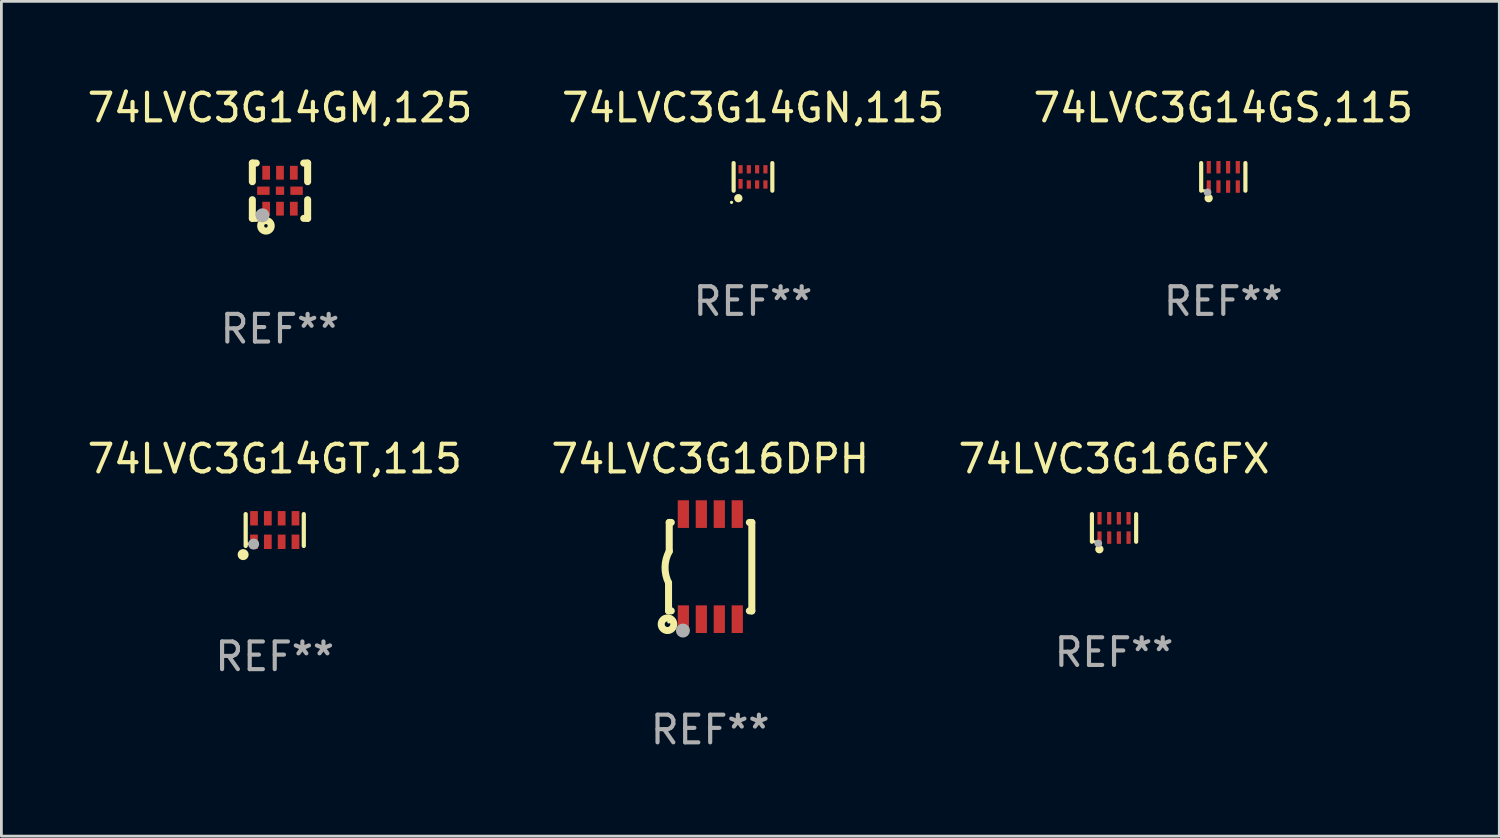
<source format=kicad_pcb>
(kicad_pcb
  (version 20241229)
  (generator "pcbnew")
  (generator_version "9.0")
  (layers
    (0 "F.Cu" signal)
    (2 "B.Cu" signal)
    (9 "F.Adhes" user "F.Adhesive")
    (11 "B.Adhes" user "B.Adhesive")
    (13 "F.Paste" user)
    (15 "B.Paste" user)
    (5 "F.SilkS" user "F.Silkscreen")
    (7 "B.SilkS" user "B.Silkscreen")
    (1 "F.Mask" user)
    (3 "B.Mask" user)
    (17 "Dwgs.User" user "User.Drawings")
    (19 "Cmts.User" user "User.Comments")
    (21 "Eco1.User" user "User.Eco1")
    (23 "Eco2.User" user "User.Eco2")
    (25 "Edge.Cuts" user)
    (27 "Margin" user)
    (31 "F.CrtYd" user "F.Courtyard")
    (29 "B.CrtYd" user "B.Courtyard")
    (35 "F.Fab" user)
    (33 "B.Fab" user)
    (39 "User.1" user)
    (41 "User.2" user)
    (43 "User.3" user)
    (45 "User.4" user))
  (footprint "74LVC3G16GFX"
    (layer "F.Cu")
    (at 37.244 16.045)
    (property "Reference" "74LVC3G16GFX" (at 0 -2.5 0) (layer "F.SilkS") (effects (font (size 1 1) (thickness 0.15))))
    (attr through_hole)
    (fp_line (start -0.8 -0.5) (end -0.8 0.5) (stroke (width 0.15) (type solid)) (layer "F.SilkS"))
    (fp_line (start 0.8 -0.5) (end 0.8 0.5) (stroke (width 0.15) (type solid)) (layer "F.SilkS"))
    (fp_circle (center -0.7 0.5) (end -0.67 0.5) (stroke (width 0.06) (type solid)) (fill no) (layer "F.SilkS"))
    (fp_circle (center -0.53 0.77) (end -0.454 0.77) (stroke (width 0.15) (type solid)) (fill no) (layer "F.SilkS"))
    (fp_circle (center -0.57 0.56) (end -0.5 0.56) (stroke (width 0.14) (type solid)) (fill no) (layer "F.Fab"))
    (fp_text user "REF**" (at 0 4.5 0) (layer "F.Fab") (effects (font (size 1 1) (thickness 0.15))))
    (pad "1" smd rect (at -0.525 0.35) (size 0.15 0.45) (layers "F.Cu" "F.Mask" "F.Paste"))
    (pad "2" smd rect (at -0.175 0.35) (size 0.15 0.45) (layers "F.Cu" "F.Mask" "F.Paste"))
    (pad "3" smd rect (at 0.175 0.35) (size 0.15 0.45) (layers "F.Cu" "F.Mask" "F.Paste"))
    (pad "4" smd rect (at 0.525 0.35) (size 0.15 0.45) (layers "F.Cu" "F.Mask" "F.Paste"))
    (pad "5" smd rect (at 0.525 -0.35) (size 0.15 0.45) (layers "F.Cu" "F.Mask" "F.Paste"))
    (pad "6" smd rect (at 0.175 -0.35) (size 0.15 0.45) (layers "F.Cu" "F.Mask" "F.Paste"))
    (pad "7" smd rect (at -0.175 -0.35) (size 0.15 0.45) (layers "F.Cu" "F.Mask" "F.Paste"))
    (pad "8" smd rect (at -0.525 -0.35) (size 0.15 0.45) (layers "F.Cu" "F.Mask" "F.Paste")))
  (footprint "74LVC3G16DPH"
    (layer "F.Cu")
    (at 22.637 17.445)
    (property "Reference" "74LVC3G16DPH" (at 0 -3.9 0) (layer "F.SilkS") (effects (font (size 1 1) (thickness 0.15))))
    (attr through_hole)
    (fp_line (start -1.506 1.6) (end -1.506 0.584) (stroke (width 0.254) (type solid)) (layer "F.SilkS"))
    (fp_line (start -1.506 1.6) (end -1.407 1.6) (stroke (width 0.254) (type solid)) (layer "F.SilkS"))
    (fp_line (start -1.481 -1.599) (end -1.481 -0.549) (stroke (width 0.254) (type solid)) (layer "F.SilkS"))
    (fp_line (start -1.481 -1.599) (end -1.407 -1.599) (stroke (width 0.254) (type solid)) (layer "F.SilkS"))
    (fp_line (start 1.417 -1.599) (end 1.506 -1.599) (stroke (width 0.254) (type solid)) (layer "F.SilkS"))
    (fp_line (start 1.417 1.6) (end 1.506 1.6) (stroke (width 0.254) (type solid)) (layer "F.SilkS"))
    (fp_line (start 1.506 1.603) (end 1.506 -1.595) (stroke (width 0.254) (type solid)) (layer "F.SilkS"))
    (fp_arc (start -1.506223 0.584328) (mid -1.632455 0.00974) (end -1.480823 -0.558674) (stroke (width 0.254001) (type solid)) (layer "F.SilkS"))
    (fp_circle (center -1.544 2.083) (end -1.443 2.083) (stroke (width 0.254) (type solid)) (fill no) (layer "F.SilkS"))
    (fp_circle (center -1.495 2) (end -1.465 2) (stroke (width 0.06) (type solid)) (fill no) (layer "F.SilkS"))
    (fp_circle (center -0.986 2.312) (end -0.859 2.312) (stroke (width 0.254) (type solid)) (fill no) (layer "F.Fab"))
    (fp_text user "REF**" (at 0 5.9 0) (layer "F.Fab") (effects (font (size 1 1) (thickness 0.15))))
    (pad "1" smd rect (at -0.97 1.9 90) (size 1 0.406) (layers "F.Cu" "F.Mask" "F.Paste"))
    (pad "2" smd rect (at -0.32 1.9 90) (size 1 0.406) (layers "F.Cu" "F.Mask" "F.Paste"))
    (pad "3" smd rect (at 0.33 1.9 90) (size 1 0.406) (layers "F.Cu" "F.Mask" "F.Paste"))
    (pad "4" smd rect (at 0.98 1.9 90) (size 1 0.406) (layers "F.Cu" "F.Mask" "F.Paste"))
    (pad "5" smd rect (at 0.98 -1.9 90) (size 1 0.406) (layers "F.Cu" "F.Mask" "F.Paste"))
    (pad "6" smd rect (at 0.33 -1.9 90) (size 1 0.406) (layers "F.Cu" "F.Mask" "F.Paste"))
    (pad "7" smd rect (at -0.32 -1.9 90) (size 1 0.406) (layers "F.Cu" "F.Mask" "F.Paste"))
    (pad "8" smd rect (at -0.97 -1.9 90) (size 1 0.406) (layers "F.Cu" "F.Mask" "F.Paste")))
  (footprint "74LVC3G14GT,115"
    (layer "F.Cu")
    (at 6.887 16.121)
    (property "Reference" "74LVC3G14GT,115" (at 0 -2.576 0) (layer "F.SilkS") (effects (font (size 1 1) (thickness 0.15))))
    (attr through_hole)
    (fp_line (start -1.051 0.576) (end -1.051 -0.576) (stroke (width 0.152) (type solid)) (layer "F.SilkS"))
    (fp_line (start 1.051 -0.576) (end 1.051 0.576) (stroke (width 0.152) (type solid)) (layer "F.SilkS"))
    (fp_circle (center -1.143 0.889) (end -1.043 0.889) (stroke (width 0.2) (type solid)) (fill no) (layer "F.SilkS"))
    (fp_circle (center -0.975 0.5) (end -0.945 0.5) (stroke (width 0.06) (type solid)) (fill no) (layer "F.SilkS"))
    (fp_circle (center -0.762 0.508) (end -0.662 0.508) (stroke (width 0.2) (type solid)) (fill no) (layer "F.Fab"))
    (fp_text user "REF**" (at 0 4.576 0) (layer "F.Fab") (effects (font (size 1 1) (thickness 0.15))))
    (pad "1" smd rect (at -0.75 0.425) (size 0.28 0.521) (layers "F.Cu" "F.Mask" "F.Paste"))
    (pad "2" smd rect (at -0.25 0.425) (size 0.28 0.521) (layers "F.Cu" "F.Mask" "F.Paste"))
    (pad "3" smd rect (at 0.25 0.425) (size 0.28 0.521) (layers "F.Cu" "F.Mask" "F.Paste"))
    (pad "4" smd rect (at 0.75 0.425) (size 0.28 0.521) (layers "F.Cu" "F.Mask" "F.Paste"))
    (pad "5" smd rect (at 0.75 -0.425) (size 0.28 0.521) (layers "F.Cu" "F.Mask" "F.Paste"))
    (pad "6" smd rect (at 0.25 -0.425) (size 0.28 0.521) (layers "F.Cu" "F.Mask" "F.Paste"))
    (pad "7" smd rect (at -0.25 -0.425) (size 0.28 0.521) (layers "F.Cu" "F.Mask" "F.Paste"))
    (pad "8" smd rect (at -0.75 -0.425) (size 0.28 0.521) (layers "F.Cu" "F.Mask" "F.Paste")))
  (footprint "74LVC3G14GM,125"
    (layer "F.Cu")
    (at 7.077 3.848)
    (property "Reference" "74LVC3G14GM,125" (at 0 -3 0) (layer "F.SilkS") (effects (font (size 1 1) (thickness 0.15))))
    (attr through_hole)
    (fp_line (start -1 -1) (end -0.858 -1) (stroke (width 0.254) (type solid)) (layer "F.SilkS"))
    (fp_line (start -1 -0.325) (end -1 -1) (stroke (width 0.254) (type solid)) (layer "F.SilkS"))
    (fp_line (start -1 1) (end -1 0.325) (stroke (width 0.254) (type solid)) (layer "F.SilkS"))
    (fp_line (start -0.858 1) (end -1 1) (stroke (width 0.254) (type solid)) (layer "F.SilkS"))
    (fp_line (start 0.858 -1) (end 1 -1) (stroke (width 0.254) (type solid)) (layer "F.SilkS"))
    (fp_line (start 1 -1) (end 1 -0.325) (stroke (width 0.254) (type solid)) (layer "F.SilkS"))
    (fp_line (start 1 0.325) (end 1 1) (stroke (width 0.254) (type solid)) (layer "F.SilkS"))
    (fp_line (start 1 1) (end 0.858 1) (stroke (width 0.254) (type solid)) (layer "F.SilkS"))
    (fp_circle (center -0.8 0.8) (end -0.77 0.8) (stroke (width 0.06) (type solid)) (fill no) (layer "F.SilkS"))
    (fp_circle (center -0.508 1.27) (end -0.444 1.27) (stroke (width 0.254) (type solid)) (fill no) (layer "F.SilkS"))
    (fp_circle (center -0.635 0.889) (end -0.508 0.889) (stroke (width 0.254) (type solid)) (fill no) (layer "F.Fab"))
    (fp_text user "REF**" (at 0 5 0) (layer "F.Fab") (effects (font (size 1 1) (thickness 0.15))))
    (pad "1" smd rect (at -0.5 0.65 90) (size 0.5 0.28) (layers "F.Cu" "F.Mask" "F.Paste"))
    (pad "2" smd rect (at 0.000013 0.65 90) (size 0.5 0.28) (layers "F.Cu" "F.Mask" "F.Paste"))
    (pad "3" smd rect (at 0.5 0.65 90) (size 0.5 0.28) (layers "F.Cu" "F.Mask" "F.Paste"))
    (pad "4" smd rect (at 0.6 0.000076 180) (size 0.45 0.3) (layers "F.Cu" "F.Mask" "F.Paste"))
    (pad "5" smd rect (at 0.5 -0.65 90) (size 0.5 0.28) (layers "F.Cu" "F.Mask" "F.Paste"))
    (pad "6" smd rect (at 0.000013 -0.65 90) (size 0.5 0.28) (layers "F.Cu" "F.Mask" "F.Paste"))
    (pad "7" smd rect (at -0.5 -0.65 90) (size 0.5 0.28) (layers "F.Cu" "F.Mask" "F.Paste"))
    (pad "8" smd rect (at -0.6 0.000076 180) (size 0.45 0.3) (layers "F.Cu" "F.Mask" "F.Paste"))
    (pad "9" smd rect (at 0.000013 0.000076 180) (size 0.3 0.3) (layers "F.Cu" "F.Mask" "F.Paste")))
  (footprint "74LVC3G14GS,115"
    (layer "F.Cu")
    (at 41.196 3.348)
    (property "Reference" "74LVC3G14GS,115" (at 0 -2.5 0) (layer "F.SilkS") (effects (font (size 1 1) (thickness 0.15))))
    (attr through_hole)
    (fp_line (start -0.8 -0.5) (end -0.8 0.5) (stroke (width 0.15) (type solid)) (layer "F.SilkS"))
    (fp_line (start 0.8 -0.5) (end 0.8 0.5) (stroke (width 0.15) (type solid)) (layer "F.SilkS"))
    (fp_circle (center -0.7 0.5) (end -0.67 0.5) (stroke (width 0.06) (type solid)) (fill no) (layer "F.SilkS"))
    (fp_circle (center -0.53 0.77) (end -0.454 0.77) (stroke (width 0.15) (type solid)) (fill no) (layer "F.SilkS"))
    (fp_circle (center -0.57 0.56) (end -0.5 0.56) (stroke (width 0.14) (type solid)) (fill no) (layer "F.Fab"))
    (fp_text user "REF**" (at 0 4.5 0) (layer "F.Fab") (effects (font (size 1 1) (thickness 0.15))))
    (pad "1" smd rect (at -0.525 0.35) (size 0.15 0.45) (layers "F.Cu" "F.Mask" "F.Paste"))
    (pad "2" smd rect (at -0.175 0.35) (size 0.15 0.45) (layers "F.Cu" "F.Mask" "F.Paste"))
    (pad "3" smd rect (at 0.175 0.35) (size 0.15 0.45) (layers "F.Cu" "F.Mask" "F.Paste"))
    (pad "4" smd rect (at 0.525 0.35) (size 0.15 0.45) (layers "F.Cu" "F.Mask" "F.Paste"))
    (pad "5" smd rect (at 0.525 -0.35) (size 0.15 0.45) (layers "F.Cu" "F.Mask" "F.Paste"))
    (pad "6" smd rect (at 0.175 -0.35) (size 0.15 0.45) (layers "F.Cu" "F.Mask" "F.Paste"))
    (pad "7" smd rect (at -0.175 -0.35) (size 0.15 0.45) (layers "F.Cu" "F.Mask" "F.Paste"))
    (pad "8" smd rect (at -0.525 -0.35) (size 0.15 0.45) (layers "F.Cu" "F.Mask" "F.Paste")))
  (footprint "74LVC3G14GN,115"
    (layer "F.Cu")
    (at 24.185 3.348)
    (property "Reference" "74LVC3G14GN,115" (at 0 -2.5 0) (layer "F.SilkS") (effects (font (size 1 1) (thickness 0.15))))
    (attr through_hole)
    (fp_line (start -0.7 -0.5) (end -0.7 0.5) (stroke (width 0.15) (type solid)) (layer "F.SilkS"))
    (fp_line (start 0.7 -0.5) (end 0.7 0.5) (stroke (width 0.15) (type solid)) (layer "F.SilkS"))
    (fp_circle (center -0.775 0.922) (end -0.745 0.922) (stroke (width 0.06) (type solid)) (fill no) (layer "F.SilkS"))
    (fp_circle (center -0.53 0.77) (end -0.454 0.77) (stroke (width 0.15) (type solid)) (fill no) (layer "F.SilkS"))
    (fp_text user "REF**" (at 0 4.5 0) (layer "F.Fab") (effects (font (size 1 1) (thickness 0.15))))
    (pad "1" smd rect (at -0.45 0.25) (size 0.15 0.35) (layers "F.Cu" "F.Mask" "F.Paste"))
    (pad "2" smd rect (at -0.15 0.275) (size 0.15 0.3) (layers "F.Cu" "F.Mask" "F.Paste"))
    (pad "3" smd rect (at 0.15 0.275) (size 0.15 0.3) (layers "F.Cu" "F.Mask" "F.Paste"))
    (pad "4" smd rect (at 0.45 0.275) (size 0.15 0.3) (layers "F.Cu" "F.Mask" "F.Paste"))
    (pad "5" smd rect (at 0.45 -0.275) (size 0.15 0.3) (layers "F.Cu" "F.Mask" "F.Paste"))
    (pad "6" smd rect (at 0.15 -0.275) (size 0.15 0.3) (layers "F.Cu" "F.Mask" "F.Paste"))
    (pad "7" smd rect (at -0.15 -0.275) (size 0.15 0.3) (layers "F.Cu" "F.Mask" "F.Paste"))
    (pad "8" smd rect (at -0.45 -0.275) (size 0.15 0.3) (layers "F.Cu" "F.Mask" "F.Paste")))
  (gr_rect
    (start -3 -3)
    (end 51.179 27.193)
    (stroke (width 0.1) (type default))
    (fill no)
    (layer "Edge.Cuts")))
</source>
